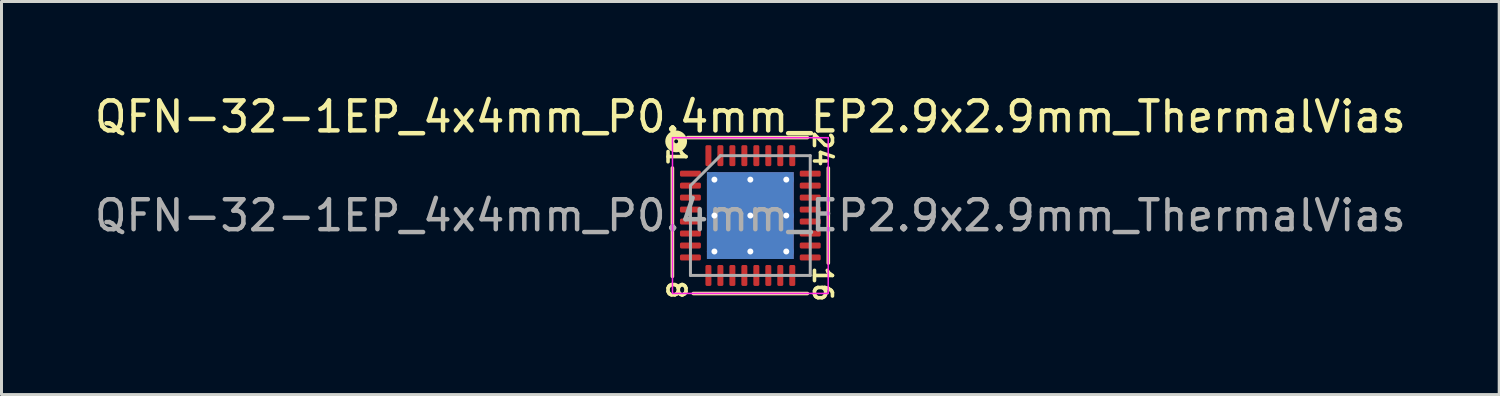
<source format=kicad_pcb>
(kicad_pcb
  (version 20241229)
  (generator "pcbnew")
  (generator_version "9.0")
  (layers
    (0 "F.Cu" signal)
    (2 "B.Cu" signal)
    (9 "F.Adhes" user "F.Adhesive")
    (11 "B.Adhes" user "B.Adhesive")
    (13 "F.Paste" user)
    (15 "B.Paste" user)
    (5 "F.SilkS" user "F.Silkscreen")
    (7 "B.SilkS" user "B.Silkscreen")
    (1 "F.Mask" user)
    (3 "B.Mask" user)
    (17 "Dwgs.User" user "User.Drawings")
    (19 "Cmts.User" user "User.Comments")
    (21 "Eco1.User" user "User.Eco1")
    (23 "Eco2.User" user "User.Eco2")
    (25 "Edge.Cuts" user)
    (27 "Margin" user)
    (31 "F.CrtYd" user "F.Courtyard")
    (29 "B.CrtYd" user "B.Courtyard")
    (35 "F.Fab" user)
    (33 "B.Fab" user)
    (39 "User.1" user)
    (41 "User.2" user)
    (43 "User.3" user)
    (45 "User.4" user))
  (footprint "QFN-32-1EP_4x4mm_P0.4mm_EP2.9x2.9mm_ThermalVias"
    (layer "F.Cu")
    (at 22.006 4.148)
    (property "Reference" "QFN-32-1EP_4x4mm_P0.4mm_EP2.9x2.9mm_ThermalVias" (at 0 -3.3 0) (layer "F.SilkS") (effects (font (size 1 1) (thickness 0.15))))
    (attr smd)
    (fp_line (start -2.603 -1.587) (end -2.603 2.032) (stroke (width 0.12) (type solid)) (layer "F.SilkS"))
    (fp_line (start -1.905 2.603) (end 1.905 2.603) (stroke (width 0.12) (type solid)) (layer "F.SilkS"))
    (fp_line (start 1.905 -2.603) (end -2.095 -2.603) (stroke (width 0.12) (type solid)) (layer "F.SilkS"))
    (fp_line (start 2.603 1.587) (end 2.603 -1.587) (stroke (width 0.12) (type solid)) (layer "F.SilkS"))
    (fp_circle (center -2.477 -2.477) (end -2.413 -2.477) (stroke (width 0.3) (type solid)) (fill no) (layer "F.SilkS"))
    (fp_line (start -2.6 -2.6) (end -2.6 2.6) (stroke (width 0.05) (type solid)) (layer "F.CrtYd"))
    (fp_line (start -2.6 2.6) (end 2.6 2.6) (stroke (width 0.05) (type solid)) (layer "F.CrtYd"))
    (fp_line (start 2.6 -2.6) (end -2.6 -2.6) (stroke (width 0.05) (type solid)) (layer "F.CrtYd"))
    (fp_line (start 2.6 2.6) (end 2.6 -2.6) (stroke (width 0.05) (type solid)) (layer "F.CrtYd"))
    (fp_line (start -2 -1) (end -1 -2) (stroke (width 0.1) (type solid)) (layer "F.Fab"))
    (fp_line (start -2 2) (end -2 -1) (stroke (width 0.1) (type solid)) (layer "F.Fab"))
    (fp_line (start -1 -2) (end 2 -2) (stroke (width 0.1) (type solid)) (layer "F.Fab"))
    (fp_line (start 2 -2) (end 2 2) (stroke (width 0.1) (type solid)) (layer "F.Fab"))
    (fp_line (start 2 2) (end -2 2) (stroke (width 0.1) (type solid)) (layer "F.Fab"))
    (fp_text user "24" (at 2.413 -2.223 270) (unlocked yes) (layer "F.SilkS") (effects (font (size 0.6 0.6) (thickness 0.12))))
    (fp_text user "1" (at -2.477 -1.968 270) (unlocked yes) (layer "F.SilkS") (effects (font (size 0.6 0.6) (thickness 0.12))))
    (fp_text user "8" (at -2.477 2.477 270) (unlocked yes) (layer "F.SilkS") (effects (font (size 0.6 0.6) (thickness 0.12))))
    (fp_text user "16" (at 2.413 2.286 270) (unlocked yes) (layer "F.SilkS") (effects (font (size 0.6 0.6) (thickness 0.12))))
    (fp_text user "${REFERENCE}" (at 0 0 0) (layer "F.Fab") (effects (font (size 1 1) (thickness 0.15))))
    (pad "" smd roundrect (at -0.725 -0.725) (size 1.26 1.26) (layers "F.Paste") (roundrect_rratio 0.198))
    (pad "" smd roundrect (at -0.725 0.725) (size 1.26 1.26) (layers "F.Paste") (roundrect_rratio 0.198))
    (pad "" smd roundrect (at 0.725 -0.725) (size 1.26 1.26) (layers "F.Paste") (roundrect_rratio 0.198))
    (pad "" smd roundrect (at 0.725 0.725) (size 1.26 1.26) (layers "F.Paste") (roundrect_rratio 0.198))
    (pad "1" smd roundrect (at -2 -1.4) (size 0.7 0.2) (layers "F.Cu" "F.Mask" "F.Paste") (roundrect_rratio 0.25))
    (pad "2" smd roundrect (at -2 -1) (size 0.7 0.2) (layers "F.Cu" "F.Mask" "F.Paste") (roundrect_rratio 0.25))
    (pad "3" smd roundrect (at -2 -0.6) (size 0.7 0.2) (layers "F.Cu" "F.Mask" "F.Paste") (roundrect_rratio 0.25))
    (pad "4" smd roundrect (at -2 -0.2) (size 0.7 0.2) (layers "F.Cu" "F.Mask" "F.Paste") (roundrect_rratio 0.25))
    (pad "5" smd roundrect (at -2 0.2) (size 0.7 0.2) (layers "F.Cu" "F.Mask" "F.Paste") (roundrect_rratio 0.25))
    (pad "6" smd roundrect (at -2 0.6) (size 0.7 0.2) (layers "F.Cu" "F.Mask" "F.Paste") (roundrect_rratio 0.25))
    (pad "7" smd roundrect (at -2 1) (size 0.7 0.2) (layers "F.Cu" "F.Mask" "F.Paste") (roundrect_rratio 0.25))
    (pad "8" smd roundrect (at -2 1.4) (size 0.7 0.2) (layers "F.Cu" "F.Mask" "F.Paste") (roundrect_rratio 0.25))
    (pad "9" smd roundrect (at -1.4 2) (size 0.2 0.7) (layers "F.Cu" "F.Mask" "F.Paste") (roundrect_rratio 0.25))
    (pad "10" smd roundrect (at -1 2) (size 0.2 0.7) (layers "F.Cu" "F.Mask" "F.Paste") (roundrect_rratio 0.25))
    (pad "11" smd roundrect (at -0.6 2) (size 0.2 0.7) (layers "F.Cu" "F.Mask" "F.Paste") (roundrect_rratio 0.25))
    (pad "12" smd roundrect (at -0.2 2) (size 0.2 0.7) (layers "F.Cu" "F.Mask" "F.Paste") (roundrect_rratio 0.25))
    (pad "13" smd roundrect (at 0.2 2) (size 0.2 0.7) (layers "F.Cu" "F.Mask" "F.Paste") (roundrect_rratio 0.25))
    (pad "14" smd roundrect (at 0.6 2) (size 0.2 0.7) (layers "F.Cu" "F.Mask" "F.Paste") (roundrect_rratio 0.25))
    (pad "15" smd roundrect (at 1 2) (size 0.2 0.7) (layers "F.Cu" "F.Mask" "F.Paste") (roundrect_rratio 0.25))
    (pad "16" smd roundrect (at 1.4 2) (size 0.2 0.7) (layers "F.Cu" "F.Mask" "F.Paste") (roundrect_rratio 0.25))
    (pad "17" smd roundrect (at 2 1.4) (size 0.7 0.2) (layers "F.Cu" "F.Mask" "F.Paste") (roundrect_rratio 0.25))
    (pad "18" smd roundrect (at 2 1) (size 0.7 0.2) (layers "F.Cu" "F.Mask" "F.Paste") (roundrect_rratio 0.25))
    (pad "19" smd roundrect (at 2 0.6) (size 0.7 0.2) (layers "F.Cu" "F.Mask" "F.Paste") (roundrect_rratio 0.25))
    (pad "20" smd roundrect (at 2 0.2) (size 0.7 0.2) (layers "F.Cu" "F.Mask" "F.Paste") (roundrect_rratio 0.25))
    (pad "21" smd roundrect (at 2 -0.2) (size 0.7 0.2) (layers "F.Cu" "F.Mask" "F.Paste") (roundrect_rratio 0.25))
    (pad "22" smd roundrect (at 2 -0.6) (size 0.7 0.2) (layers "F.Cu" "F.Mask" "F.Paste") (roundrect_rratio 0.25))
    (pad "23" smd roundrect (at 2 -1) (size 0.7 0.2) (layers "F.Cu" "F.Mask" "F.Paste") (roundrect_rratio 0.25))
    (pad "24" smd roundrect (at 2 -1.4) (size 0.7 0.2) (layers "F.Cu" "F.Mask" "F.Paste") (roundrect_rratio 0.25))
    (pad "25" smd roundrect (at 1.4 -2) (size 0.2 0.7) (layers "F.Cu" "F.Mask" "F.Paste") (roundrect_rratio 0.25))
    (pad "26" smd roundrect (at 1 -2) (size 0.2 0.7) (layers "F.Cu" "F.Mask" "F.Paste") (roundrect_rratio 0.25))
    (pad "27" smd roundrect (at 0.6 -2) (size 0.2 0.7) (layers "F.Cu" "F.Mask" "F.Paste") (roundrect_rratio 0.25))
    (pad "28" smd roundrect (at 0.2 -2) (size 0.2 0.7) (layers "F.Cu" "F.Mask" "F.Paste") (roundrect_rratio 0.25))
    (pad "29" smd roundrect (at -0.2 -2) (size 0.2 0.7) (layers "F.Cu" "F.Mask" "F.Paste") (roundrect_rratio 0.25))
    (pad "30" smd roundrect (at -0.6 -2) (size 0.2 0.7) (layers "F.Cu" "F.Mask" "F.Paste") (roundrect_rratio 0.25))
    (pad "31" smd roundrect (at -1 -2) (size 0.2 0.7) (layers "F.Cu" "F.Mask" "F.Paste") (roundrect_rratio 0.25))
    (pad "32" smd roundrect (at -1.4 -2) (size 0.2 0.7) (layers "F.Cu" "F.Mask" "F.Paste") (roundrect_rratio 0.25))
    (pad "33" thru_hole circle (at -1.2 -1.2) (size 0.5 0.5) (drill 0.2) (layers "*.Cu"))
    (pad "33" thru_hole circle (at -1.2 0) (size 0.5 0.5) (drill 0.2) (layers "*.Cu"))
    (pad "33" thru_hole circle (at -1.2 1.2) (size 0.5 0.5) (drill 0.2) (layers "*.Cu"))
    (pad "33" thru_hole circle (at 0 -1.2) (size 0.5 0.5) (drill 0.2) (layers "*.Cu"))
    (pad "33" thru_hole circle (at 0 0) (size 0.5 0.5) (drill 0.2) (layers "*.Cu"))
    (pad "33" smd rect (at 0 0) (size 2.9 2.9) (layers "F.Cu" "F.Mask"))
    (pad "33" smd rect (at 0 0) (size 2.9 2.9) (layers "B.Cu" "B.Mask"))
    (pad "33" thru_hole circle (at 0 1.2) (size 0.5 0.5) (drill 0.2) (layers "*.Cu"))
    (pad "33" thru_hole circle (at 1.2 -1.2) (size 0.5 0.5) (drill 0.2) (layers "*.Cu"))
    (pad "33" thru_hole circle (at 1.2 0) (size 0.5 0.5) (drill 0.2) (layers "*.Cu"))
    (pad "33" thru_hole circle (at 1.2 1.2) (size 0.5 0.5) (drill 0.2) (layers "*.Cu")))
  (gr_rect
    (start -3 -3)
    (end 47.012 10.126)
    (stroke (width 0.1) (type default))
    (fill no)
    (layer "Edge.Cuts")))
</source>
